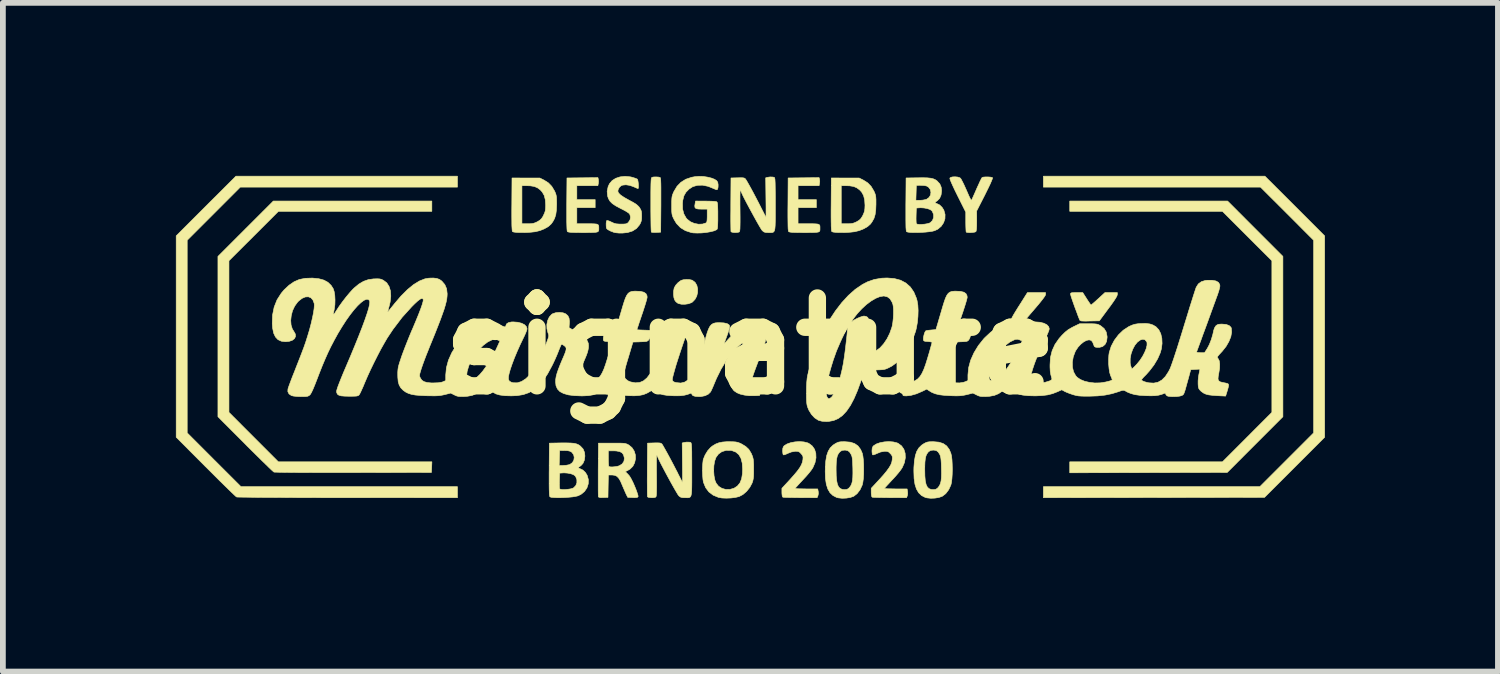
<source format=kicad_pcb>
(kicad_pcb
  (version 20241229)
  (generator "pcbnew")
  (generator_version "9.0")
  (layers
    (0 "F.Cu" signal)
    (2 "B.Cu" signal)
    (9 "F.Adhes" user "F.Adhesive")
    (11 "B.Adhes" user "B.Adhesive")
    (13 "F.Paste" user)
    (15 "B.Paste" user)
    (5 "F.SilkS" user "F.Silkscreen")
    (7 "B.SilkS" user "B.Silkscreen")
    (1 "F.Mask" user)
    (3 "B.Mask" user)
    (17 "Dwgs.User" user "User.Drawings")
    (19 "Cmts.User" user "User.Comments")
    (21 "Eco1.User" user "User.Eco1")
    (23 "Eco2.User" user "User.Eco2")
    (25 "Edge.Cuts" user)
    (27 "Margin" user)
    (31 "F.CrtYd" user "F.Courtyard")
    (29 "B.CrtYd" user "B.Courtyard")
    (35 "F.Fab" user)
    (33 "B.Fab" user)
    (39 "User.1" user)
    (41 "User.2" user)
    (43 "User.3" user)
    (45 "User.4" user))
  (footprint "signature"
    (layer "F.Cu")
    (at 9.962 2.951)
    (property "Reference" "signature" (at 0 0 0) (layer "F.SilkS") (effects (font (size 1.524 1.524) (thickness 0.3))))
    (attr through_hole)
    (fp_poly (pts (xy 9.439 -2.429) (xy 9.957 -1.911) (xy 9.957 1.581) (xy 8.915 2.623) (xy 6.998 2.626) (xy 5.08 2.629) (xy 5.08 2.438) (xy 8.833 2.438) (xy 9.766 1.505) (xy 9.766 -1.835) (xy 9.306 -2.296) (xy 8.845 -2.756) (xy 5.08 -2.756) (xy 5.08 -2.946) (xy 8.921 -2.946) (xy 9.439 -2.429)) (stroke (width 0.01) (type solid)) (fill yes) (layer "F.SilkS"))
    (fp_poly (pts (xy 9.233 -1.555) (xy 9.233 1.225) (xy 8.268 2.191) (xy 6.903 2.194) (xy 5.537 2.197) (xy 5.537 2.007) (xy 8.185 2.007) (xy 8.614 1.578) (xy 9.042 1.149) (xy 9.042 -1.48) (xy 8.184 -2.337) (xy 6.861 -2.337) (xy 5.537 -2.337) (xy 5.537 -2.515) (xy 6.905 -2.515) (xy 8.274 -2.515) (xy 9.233 -1.555)) (stroke (width 0.01) (type solid)) (fill yes) (layer "F.SilkS"))
    (fp_poly (pts (xy 5.118 -0.896) (xy 5.111 -0.876) (xy 5.088 -0.841) (xy 5.05 -0.791) (xy 4.996 -0.724) (xy 4.932 -0.649) (xy 4.746 -0.432) (xy 4.642 -0.432) (xy 4.593 -0.433) (xy 4.554 -0.435) (xy 4.532 -0.439) (xy 4.53 -0.44) (xy 4.524 -0.449) (xy 4.524 -0.461) (xy 4.53 -0.481) (xy 4.544 -0.509) (xy 4.567 -0.55) (xy 4.601 -0.606) (xy 4.647 -0.68) (xy 4.662 -0.703) (xy 4.803 -0.927) (xy 5.118 -0.927) (xy 5.118 -0.896)) (stroke (width 0.01) (type solid)) (fill yes) (layer "F.SilkS"))
    (fp_poly (pts (xy -1.057 -1.153) (xy -1.012 -1.143) (xy -1.004 -1.139) (xy -0.959 -1.104) (xy -0.929 -1.053) (xy -0.915 -0.993) (xy -0.916 -0.929) (xy -0.931 -0.866) (xy -0.961 -0.81) (xy -1.005 -0.764) (xy -1.023 -0.753) (xy -1.074 -0.734) (xy -1.136 -0.725) (xy -1.198 -0.726) (xy -1.25 -0.739) (xy -1.26 -0.744) (xy -1.292 -0.769) (xy -1.314 -0.8) (xy -1.327 -0.841) (xy -1.333 -0.895) (xy -1.332 -0.953) (xy -1.323 -1.002) (xy -1.32 -1.012) (xy -1.293 -1.058) (xy -1.252 -1.103) (xy -1.206 -1.136) (xy -1.204 -1.138) (xy -1.164 -1.15) (xy -1.111 -1.155) (xy -1.057 -1.153)) (stroke (width 0.01) (type solid)) (fill yes) (layer "F.SilkS"))
    (fp_poly (pts (xy -5.524 -2.515) (xy -5.524 -2.337) (xy -8.184 -2.337) (xy -8.613 -1.908) (xy -9.042 -1.48) (xy -9.042 1.149) (xy -8.185 2.007) (xy -5.523 2.007) (xy -5.531 2.191) (xy -6.883 2.193) (xy -7.067 2.193) (xy -7.244 2.193) (xy -7.412 2.193) (xy -7.57 2.193) (xy -7.716 2.192) (xy -7.848 2.192) (xy -7.965 2.191) (xy -8.065 2.19) (xy -8.147 2.189) (xy -8.208 2.187) (xy -8.246 2.186) (xy -8.261 2.185) (xy -8.275 2.174) (xy -8.305 2.147) (xy -8.349 2.105) (xy -8.405 2.05) (xy -8.473 1.984) (xy -8.549 1.909) (xy -8.633 1.826) (xy -8.723 1.737) (xy -8.76 1.699) (xy -9.233 1.225) (xy -9.233 -1.555) (xy -8.753 -2.035) (xy -8.273 -2.515) (xy -6.899 -2.515) (xy -5.524 -2.515)) (stroke (width 0.01) (type solid)) (fill yes) (layer "F.SilkS"))
    (fp_poly (pts (xy -1.597 -2.931) (xy -1.569 -2.925) (xy -1.565 -2.923) (xy -1.561 -2.915) (xy -1.557 -2.896) (xy -1.555 -2.863) (xy -1.553 -2.815) (xy -1.552 -2.749) (xy -1.552 -2.663) (xy -1.552 -2.556) (xy -1.552 -2.444) (xy -1.556 -1.975) (xy -1.632 -1.971) (xy -1.675 -1.971) (xy -1.706 -1.973) (xy -1.718 -1.976) (xy -1.72 -1.991) (xy -1.722 -2.028) (xy -1.724 -2.084) (xy -1.725 -2.157) (xy -1.726 -2.245) (xy -1.727 -2.343) (xy -1.727 -2.449) (xy -1.727 -2.452) (xy -1.727 -2.574) (xy -1.727 -2.673) (xy -1.726 -2.752) (xy -1.725 -2.812) (xy -1.723 -2.857) (xy -1.721 -2.888) (xy -1.717 -2.909) (xy -1.713 -2.92) (xy -1.708 -2.925) (xy -1.707 -2.926) (xy -1.678 -2.932) (xy -1.637 -2.933) (xy -1.597 -2.931)) (stroke (width 0.01) (type solid)) (fill yes) (layer "F.SilkS"))
    (fp_poly (pts (xy 5.831 -0.82) (xy 5.86 -0.775) (xy 5.885 -0.739) (xy 5.901 -0.717) (xy 5.906 -0.712) (xy 5.917 -0.72) (xy 5.943 -0.742) (xy 5.98 -0.774) (xy 6.024 -0.814) (xy 6.03 -0.819) (xy 6.147 -0.927) (xy 6.363 -0.927) (xy 6.362 -0.892) (xy 6.355 -0.869) (xy 6.334 -0.831) (xy 6.298 -0.776) (xy 6.247 -0.704) (xy 6.205 -0.648) (xy 6.05 -0.438) (xy 5.884 -0.435) (xy 5.816 -0.433) (xy 5.769 -0.434) (xy 5.738 -0.436) (xy 5.721 -0.441) (xy 5.712 -0.448) (xy 5.709 -0.454) (xy 5.682 -0.522) (xy 5.655 -0.596) (xy 5.627 -0.67) (xy 5.602 -0.74) (xy 5.58 -0.803) (xy 5.563 -0.854) (xy 5.553 -0.889) (xy 5.55 -0.902) (xy 5.552 -0.914) (xy 5.562 -0.922) (xy 5.584 -0.926) (xy 5.624 -0.927) (xy 5.657 -0.927) (xy 5.763 -0.927) (xy 5.831 -0.82)) (stroke (width 0.01) (type solid)) (fill yes) (layer "F.SilkS"))
    (fp_poly (pts (xy -5.08 -2.946) (xy -5.08 -2.756) (xy -6.963 -2.756) (xy -8.846 -2.756) (xy -9.306 -2.295) (xy -9.766 -1.835) (xy -9.766 -0.165) (xy -9.766 1.505) (xy -9.3 1.972) (xy -8.833 2.438) (xy -5.08 2.438) (xy -5.08 2.629) (xy -6.982 2.628) (xy -7.2 2.628) (xy -7.411 2.628) (xy -7.615 2.627) (xy -7.808 2.627) (xy -7.991 2.626) (xy -8.161 2.625) (xy -8.318 2.624) (xy -8.459 2.624) (xy -8.584 2.623) (xy -8.69 2.621) (xy -8.777 2.62) (xy -8.844 2.619) (xy -8.888 2.618) (xy -8.908 2.617) (xy -8.909 2.616) (xy -8.923 2.606) (xy -8.952 2.579) (xy -8.996 2.537) (xy -9.053 2.482) (xy -9.121 2.415) (xy -9.199 2.339) (xy -9.284 2.254) (xy -9.375 2.163) (xy -9.446 2.093) (xy -9.957 1.58) (xy -9.957 -1.911) (xy -9.439 -2.429) (xy -8.921 -2.946) (xy -7.001 -2.946) (xy -5.08 -2.946)) (stroke (width 0.01) (type solid)) (fill yes) (layer "F.SilkS"))
    (fp_poly (pts (xy -2.637 -2.891) (xy -2.634 -2.855) (xy -2.637 -2.821) (xy -2.645 -2.781) (xy -3.01 -2.781) (xy -3.01 -2.54) (xy -2.692 -2.54) (xy -2.692 -2.4) (xy -3.01 -2.4) (xy -3.01 -2.121) (xy -2.827 -2.121) (xy -2.752 -2.121) (xy -2.699 -2.119) (xy -2.664 -2.115) (xy -2.643 -2.106) (xy -2.633 -2.092) (xy -2.629 -2.07) (xy -2.629 -2.045) (xy -2.629 -2.02) (xy -2.632 -2.001) (xy -2.64 -1.987) (xy -2.657 -1.978) (xy -2.685 -1.973) (xy -2.729 -1.97) (xy -2.791 -1.969) (xy -2.875 -1.968) (xy -2.902 -1.968) (xy -2.994 -1.969) (xy -3.063 -1.97) (xy -3.113 -1.972) (xy -3.146 -1.976) (xy -3.166 -1.981) (xy -3.174 -1.986) (xy -3.178 -2) (xy -3.181 -2.031) (xy -3.183 -2.082) (xy -3.185 -2.153) (xy -3.185 -2.245) (xy -3.185 -2.361) (xy -3.185 -2.459) (xy -3.181 -2.915) (xy -2.913 -2.918) (xy -2.644 -2.921) (xy -2.637 -2.891)) (stroke (width 0.01) (type solid)) (fill yes) (layer "F.SilkS"))
    (fp_poly (pts (xy 1.199 -2.891) (xy 1.202 -2.855) (xy 1.198 -2.821) (xy 1.191 -2.781) (xy 0.826 -2.781) (xy 0.826 -2.54) (xy 1.143 -2.54) (xy 1.143 -2.4) (xy 0.826 -2.4) (xy 0.826 -2.121) (xy 1.008 -2.121) (xy 1.083 -2.121) (xy 1.136 -2.119) (xy 1.171 -2.115) (xy 1.192 -2.106) (xy 1.203 -2.092) (xy 1.206 -2.07) (xy 1.206 -2.045) (xy 1.206 -2.02) (xy 1.204 -2.001) (xy 1.196 -1.987) (xy 1.179 -1.978) (xy 1.15 -1.973) (xy 1.106 -1.97) (xy 1.044 -1.969) (xy 0.961 -1.968) (xy 0.934 -1.968) (xy 0.842 -1.969) (xy 0.772 -1.97) (xy 0.723 -1.972) (xy 0.689 -1.976) (xy 0.67 -1.981) (xy 0.662 -1.986) (xy 0.658 -2) (xy 0.654 -2.031) (xy 0.652 -2.082) (xy 0.651 -2.153) (xy 0.65 -2.245) (xy 0.65 -2.361) (xy 0.651 -2.459) (xy 0.654 -2.915) (xy 0.922 -2.918) (xy 1.191 -2.921) (xy 1.199 -2.891)) (stroke (width 0.01) (type solid)) (fill yes) (layer "F.SilkS"))
    (fp_poly (pts (xy 3.594 -2.931) (xy 3.629 -2.92) (xy 3.642 -2.911) (xy 3.655 -2.892) (xy 3.675 -2.854) (xy 3.701 -2.802) (xy 3.729 -2.74) (xy 3.747 -2.7) (xy 3.777 -2.631) (xy 3.799 -2.582) (xy 3.815 -2.551) (xy 3.825 -2.535) (xy 3.833 -2.531) (xy 3.839 -2.538) (xy 3.844 -2.549) (xy 3.891 -2.654) (xy 3.928 -2.739) (xy 3.958 -2.804) (xy 3.98 -2.853) (xy 3.997 -2.887) (xy 4.008 -2.909) (xy 4.016 -2.921) (xy 4.019 -2.924) (xy 4.041 -2.93) (xy 4.077 -2.933) (xy 4.12 -2.933) (xy 4.16 -2.93) (xy 4.189 -2.924) (xy 4.199 -2.919) (xy 4.196 -2.903) (xy 4.182 -2.868) (xy 4.16 -2.816) (xy 4.129 -2.751) (xy 4.091 -2.674) (xy 4.066 -2.623) (xy 3.923 -2.343) (xy 3.924 -2.171) (xy 3.923 -2.089) (xy 3.92 -2.03) (xy 3.914 -1.995) (xy 3.909 -1.984) (xy 3.889 -1.976) (xy 3.854 -1.971) (xy 3.812 -1.968) (xy 3.774 -1.969) (xy 3.747 -1.974) (xy 3.742 -1.977) (xy 3.739 -1.992) (xy 3.737 -2.028) (xy 3.735 -2.079) (xy 3.734 -2.14) (xy 3.734 -2.155) (xy 3.734 -2.324) (xy 3.592 -2.608) (xy 3.545 -2.703) (xy 3.508 -2.782) (xy 3.48 -2.845) (xy 3.463 -2.888) (xy 3.458 -2.911) (xy 3.458 -2.913) (xy 3.476 -2.926) (xy 3.509 -2.934) (xy 3.552 -2.935) (xy 3.594 -2.931)) (stroke (width 0.01) (type solid)) (fill yes) (layer "F.SilkS"))
    (fp_poly (pts (xy -3.651 -2.914) (xy -3.577 -2.877) (xy -3.503 -2.83) (xy -3.445 -2.77) (xy -3.398 -2.692) (xy -3.392 -2.68) (xy -3.378 -2.647) (xy -3.369 -2.617) (xy -3.363 -2.583) (xy -3.361 -2.539) (xy -3.36 -2.478) (xy -3.36 -2.457) (xy -3.364 -2.359) (xy -3.375 -2.279) (xy -3.396 -2.213) (xy -3.427 -2.156) (xy -3.455 -2.118) (xy -3.503 -2.074) (xy -3.571 -2.035) (xy -3.649 -2.003) (xy -3.731 -1.983) (xy -3.74 -1.982) (xy -3.803 -1.975) (xy -3.871 -1.97) (xy -3.94 -1.969) (xy -4.006 -1.969) (xy -4.062 -1.972) (xy -4.103 -1.977) (xy -4.125 -1.985) (xy -4.126 -1.986) (xy -4.13 -2) (xy -4.133 -2.031) (xy -4.136 -2.082) (xy -4.137 -2.121) (xy -3.962 -2.121) (xy -3.862 -2.121) (xy -3.805 -2.122) (xy -3.763 -2.128) (xy -3.726 -2.141) (xy -3.694 -2.156) (xy -3.652 -2.182) (xy -3.622 -2.21) (xy -3.596 -2.25) (xy -3.589 -2.265) (xy -3.569 -2.308) (xy -3.557 -2.346) (xy -3.552 -2.389) (xy -3.55 -2.442) (xy -3.556 -2.536) (xy -3.575 -2.611) (xy -3.61 -2.672) (xy -3.645 -2.71) (xy -3.693 -2.745) (xy -3.748 -2.768) (xy -3.816 -2.779) (xy -3.877 -2.781) (xy -3.962 -2.781) (xy -3.962 -2.121) (xy -4.137 -2.121) (xy -4.137 -2.153) (xy -4.138 -2.245) (xy -4.138 -2.361) (xy -4.137 -2.459) (xy -4.134 -2.915) (xy -3.651 -2.914)) (stroke (width 0.01) (type solid)) (fill yes) (layer "F.SilkS"))
    (fp_poly (pts (xy 1.886 -2.914) (xy 1.96 -2.877) (xy 2.034 -2.83) (xy 2.092 -2.77) (xy 2.139 -2.692) (xy 2.145 -2.68) (xy 2.159 -2.647) (xy 2.169 -2.617) (xy 2.174 -2.583) (xy 2.177 -2.539) (xy 2.177 -2.478) (xy 2.177 -2.457) (xy 2.173 -2.359) (xy 2.162 -2.279) (xy 2.142 -2.213) (xy 2.11 -2.156) (xy 2.083 -2.118) (xy 2.034 -2.074) (xy 1.967 -2.035) (xy 1.888 -2.003) (xy 1.806 -1.983) (xy 1.797 -1.982) (xy 1.735 -1.975) (xy 1.666 -1.97) (xy 1.597 -1.969) (xy 1.531 -1.969) (xy 1.476 -1.972) (xy 1.434 -1.977) (xy 1.412 -1.985) (xy 1.411 -1.986) (xy 1.407 -2) (xy 1.404 -2.031) (xy 1.401 -2.082) (xy 1.401 -2.121) (xy 1.575 -2.121) (xy 1.675 -2.121) (xy 1.732 -2.122) (xy 1.774 -2.128) (xy 1.811 -2.141) (xy 1.843 -2.156) (xy 1.886 -2.182) (xy 1.915 -2.21) (xy 1.941 -2.25) (xy 1.949 -2.265) (xy 1.968 -2.308) (xy 1.98 -2.346) (xy 1.985 -2.389) (xy 1.987 -2.442) (xy 1.981 -2.536) (xy 1.962 -2.611) (xy 1.928 -2.672) (xy 1.892 -2.71) (xy 1.844 -2.745) (xy 1.789 -2.768) (xy 1.721 -2.779) (xy 1.661 -2.781) (xy 1.575 -2.781) (xy 1.575 -2.121) (xy 1.401 -2.121) (xy 1.4 -2.153) (xy 1.399 -2.245) (xy 1.399 -2.361) (xy 1.4 -2.459) (xy 1.403 -2.915) (xy 1.886 -2.914)) (stroke (width 0.01) (type solid)) (fill yes) (layer "F.SilkS"))
    (fp_poly (pts (xy 0.928 1.662) (xy 0.992 1.678) (xy 1.013 1.687) (xy 1.071 1.731) (xy 1.112 1.789) (xy 1.134 1.86) (xy 1.137 1.938) (xy 1.12 2.022) (xy 1.084 2.106) (xy 1.076 2.119) (xy 1.052 2.154) (xy 1.015 2.201) (xy 0.969 2.255) (xy 0.918 2.31) (xy 0.905 2.324) (xy 0.859 2.373) (xy 0.821 2.415) (xy 0.792 2.447) (xy 0.777 2.465) (xy 0.775 2.469) (xy 0.787 2.471) (xy 0.82 2.474) (xy 0.87 2.475) (xy 0.932 2.476) (xy 0.971 2.477) (xy 1.167 2.477) (xy 1.176 2.522) (xy 1.178 2.563) (xy 1.17 2.598) (xy 1.156 2.629) (xy 0.867 2.628) (xy 0.783 2.627) (xy 0.708 2.626) (xy 0.644 2.625) (xy 0.596 2.623) (xy 0.568 2.621) (xy 0.562 2.62) (xy 0.552 2.603) (xy 0.547 2.564) (xy 0.546 2.54) (xy 0.546 2.466) (xy 0.683 2.318) (xy 0.756 2.236) (xy 0.813 2.168) (xy 0.855 2.11) (xy 0.883 2.061) (xy 0.901 2.016) (xy 0.91 1.973) (xy 0.913 1.933) (xy 0.908 1.905) (xy 0.891 1.88) (xy 0.879 1.866) (xy 0.852 1.839) (xy 0.827 1.827) (xy 0.792 1.824) (xy 0.778 1.824) (xy 0.71 1.836) (xy 0.649 1.86) (xy 0.612 1.877) (xy 0.583 1.886) (xy 0.571 1.886) (xy 0.564 1.87) (xy 0.56 1.837) (xy 0.559 1.816) (xy 0.562 1.771) (xy 0.575 1.741) (xy 0.586 1.728) (xy 0.634 1.698) (xy 0.699 1.675) (xy 0.774 1.661) (xy 0.853 1.656) (xy 0.928 1.662)) (stroke (width 0.01) (type solid)) (fill yes) (layer "F.SilkS"))
    (fp_poly (pts (xy 2.477 1.662) (xy 2.542 1.678) (xy 2.562 1.687) (xy 2.621 1.731) (xy 2.661 1.789) (xy 2.683 1.86) (xy 2.686 1.938) (xy 2.67 2.022) (xy 2.633 2.106) (xy 2.625 2.119) (xy 2.601 2.154) (xy 2.564 2.201) (xy 2.518 2.255) (xy 2.468 2.31) (xy 2.454 2.324) (xy 2.409 2.373) (xy 2.37 2.415) (xy 2.341 2.447) (xy 2.326 2.465) (xy 2.324 2.469) (xy 2.336 2.471) (xy 2.369 2.474) (xy 2.419 2.475) (xy 2.481 2.476) (xy 2.52 2.477) (xy 2.717 2.477) (xy 2.725 2.522) (xy 2.727 2.563) (xy 2.72 2.598) (xy 2.706 2.629) (xy 2.416 2.628) (xy 2.333 2.627) (xy 2.257 2.626) (xy 2.193 2.625) (xy 2.145 2.623) (xy 2.117 2.621) (xy 2.111 2.62) (xy 2.101 2.603) (xy 2.096 2.564) (xy 2.095 2.54) (xy 2.095 2.466) (xy 2.232 2.318) (xy 2.306 2.236) (xy 2.362 2.168) (xy 2.404 2.11) (xy 2.433 2.061) (xy 2.451 2.016) (xy 2.459 1.973) (xy 2.462 1.933) (xy 2.457 1.905) (xy 2.441 1.88) (xy 2.428 1.866) (xy 2.401 1.839) (xy 2.376 1.827) (xy 2.341 1.824) (xy 2.327 1.824) (xy 2.259 1.836) (xy 2.199 1.86) (xy 2.161 1.877) (xy 2.132 1.886) (xy 2.12 1.886) (xy 2.113 1.87) (xy 2.109 1.837) (xy 2.108 1.816) (xy 2.112 1.771) (xy 2.124 1.741) (xy 2.136 1.728) (xy 2.183 1.698) (xy 2.248 1.675) (xy 2.324 1.661) (xy 2.402 1.656) (xy 2.477 1.662)) (stroke (width 0.01) (type solid)) (fill yes) (layer "F.SilkS"))
    (fp_poly (pts (xy 1.638 1.658) (xy 1.732 1.666) (xy 1.806 1.69) (xy 1.865 1.731) (xy 1.91 1.791) (xy 1.939 1.857) (xy 1.95 1.905) (xy 1.958 1.972) (xy 1.963 2.051) (xy 1.964 2.137) (xy 1.963 2.222) (xy 1.958 2.3) (xy 1.949 2.366) (xy 1.939 2.409) (xy 1.901 2.491) (xy 1.851 2.557) (xy 1.793 2.603) (xy 1.788 2.605) (xy 1.732 2.625) (xy 1.663 2.636) (xy 1.591 2.639) (xy 1.525 2.632) (xy 1.494 2.624) (xy 1.431 2.591) (xy 1.38 2.543) (xy 1.342 2.478) (xy 1.316 2.396) (xy 1.301 2.294) (xy 1.297 2.17) (xy 1.298 2.147) (xy 1.486 2.147) (xy 1.488 2.253) (xy 1.496 2.336) (xy 1.509 2.399) (xy 1.53 2.443) (xy 1.559 2.471) (xy 1.597 2.486) (xy 1.634 2.489) (xy 1.673 2.485) (xy 1.702 2.469) (xy 1.719 2.451) (xy 1.742 2.419) (xy 1.758 2.382) (xy 1.769 2.337) (xy 1.775 2.278) (xy 1.777 2.202) (xy 1.776 2.115) (xy 1.773 2.036) (xy 1.77 1.978) (xy 1.765 1.936) (xy 1.758 1.906) (xy 1.748 1.882) (xy 1.747 1.88) (xy 1.719 1.836) (xy 1.688 1.813) (xy 1.647 1.804) (xy 1.631 1.804) (xy 1.589 1.809) (xy 1.557 1.828) (xy 1.547 1.838) (xy 1.524 1.868) (xy 1.507 1.904) (xy 1.496 1.951) (xy 1.489 2.014) (xy 1.486 2.095) (xy 1.486 2.147) (xy 1.298 2.147) (xy 1.299 2.103) (xy 1.307 1.99) (xy 1.323 1.898) (xy 1.349 1.824) (xy 1.384 1.765) (xy 1.432 1.718) (xy 1.47 1.693) (xy 1.503 1.675) (xy 1.534 1.664) (xy 1.57 1.659) (xy 1.621 1.658) (xy 1.638 1.658)) (stroke (width 0.01) (type solid)) (fill yes) (layer "F.SilkS"))
    (fp_poly (pts (xy 3.175 1.658) (xy 3.268 1.666) (xy 3.343 1.69) (xy 3.402 1.731) (xy 3.447 1.791) (xy 3.475 1.857) (xy 3.487 1.905) (xy 3.495 1.972) (xy 3.499 2.051) (xy 3.501 2.137) (xy 3.499 2.222) (xy 3.494 2.3) (xy 3.486 2.366) (xy 3.476 2.409) (xy 3.438 2.491) (xy 3.388 2.557) (xy 3.329 2.603) (xy 3.324 2.605) (xy 3.269 2.625) (xy 3.2 2.636) (xy 3.128 2.639) (xy 3.062 2.632) (xy 3.031 2.624) (xy 2.967 2.591) (xy 2.917 2.543) (xy 2.879 2.478) (xy 2.853 2.396) (xy 2.838 2.294) (xy 2.834 2.17) (xy 2.834 2.147) (xy 3.023 2.147) (xy 3.025 2.253) (xy 3.032 2.336) (xy 3.046 2.399) (xy 3.067 2.443) (xy 3.095 2.471) (xy 3.133 2.486) (xy 3.17 2.489) (xy 3.21 2.485) (xy 3.238 2.469) (xy 3.256 2.451) (xy 3.279 2.419) (xy 3.295 2.382) (xy 3.306 2.337) (xy 3.312 2.278) (xy 3.314 2.202) (xy 3.312 2.115) (xy 3.31 2.036) (xy 3.306 1.978) (xy 3.301 1.936) (xy 3.294 1.906) (xy 3.285 1.882) (xy 3.284 1.88) (xy 3.256 1.836) (xy 3.225 1.813) (xy 3.184 1.804) (xy 3.168 1.804) (xy 3.126 1.809) (xy 3.094 1.828) (xy 3.083 1.838) (xy 3.061 1.868) (xy 3.044 1.904) (xy 3.033 1.951) (xy 3.026 2.014) (xy 3.023 2.095) (xy 3.023 2.147) (xy 2.834 2.147) (xy 2.835 2.103) (xy 2.844 1.99) (xy 2.86 1.898) (xy 2.885 1.824) (xy 2.921 1.765) (xy 2.969 1.718) (xy 3.006 1.693) (xy 3.04 1.675) (xy 3.071 1.664) (xy 3.107 1.659) (xy 3.158 1.658) (xy 3.175 1.658)) (stroke (width 0.01) (type solid)) (fill yes) (layer "F.SilkS"))
    (fp_poly (pts (xy -2.318 1.683) (xy -2.256 1.683) (xy -2.211 1.685) (xy -2.179 1.688) (xy -2.155 1.694) (xy -2.135 1.701) (xy -2.115 1.712) (xy -2.106 1.717) (xy -2.052 1.763) (xy -2.015 1.821) (xy -1.995 1.887) (xy -1.993 1.957) (xy -2.008 2.024) (xy -2.039 2.085) (xy -2.088 2.133) (xy -2.11 2.146) (xy -2.169 2.178) (xy -2.123 2.223) (xy -2.096 2.254) (xy -2.069 2.299) (xy -2.037 2.362) (xy -2.008 2.428) (xy -1.983 2.49) (xy -1.964 2.543) (xy -1.951 2.584) (xy -1.947 2.607) (xy -1.948 2.61) (xy -1.957 2.621) (xy -1.978 2.626) (xy -2.015 2.627) (xy -2.041 2.626) (xy -2.127 2.623) (xy -2.153 2.571) (xy -2.169 2.536) (xy -2.191 2.485) (xy -2.215 2.43) (xy -2.222 2.413) (xy -2.253 2.341) (xy -2.284 2.29) (xy -2.315 2.258) (xy -2.351 2.241) (xy -2.395 2.235) (xy -2.399 2.235) (xy -2.463 2.235) (xy -2.467 2.429) (xy -2.47 2.623) (xy -2.55 2.626) (xy -2.599 2.627) (xy -2.627 2.621) (xy -2.636 2.614) (xy -2.637 2.597) (xy -2.638 2.559) (xy -2.639 2.501) (xy -2.639 2.426) (xy -2.639 2.338) (xy -2.639 2.24) (xy -2.639 2.14) (xy -2.636 1.816) (xy -2.464 1.816) (xy -2.464 1.947) (xy -2.463 2.003) (xy -2.461 2.048) (xy -2.458 2.078) (xy -2.455 2.087) (xy -2.435 2.094) (xy -2.397 2.096) (xy -2.352 2.092) (xy -2.307 2.085) (xy -2.273 2.075) (xy -2.223 2.043) (xy -2.193 1.998) (xy -2.185 1.944) (xy -2.2 1.886) (xy -2.225 1.851) (xy -2.267 1.829) (xy -2.327 1.818) (xy -2.374 1.816) (xy -2.464 1.816) (xy -2.636 1.816) (xy -2.635 1.683) (xy -2.4 1.683) (xy -2.318 1.683)) (stroke (width 0.01) (type solid)) (fill yes) (layer "F.SilkS"))
    (fp_poly (pts (xy -0.3 1.659) (xy -0.257 1.662) (xy -0.222 1.669) (xy -0.188 1.681) (xy -0.15 1.699) (xy -0.081 1.741) (xy -0.028 1.791) (xy 0.013 1.858) (xy 0.03 1.897) (xy 0.041 1.929) (xy 0.049 1.962) (xy 0.053 2.003) (xy 0.056 2.057) (xy 0.056 2.131) (xy 0.056 2.134) (xy 0.056 2.207) (xy 0.054 2.26) (xy 0.049 2.301) (xy 0.042 2.335) (xy 0.031 2.369) (xy 0.026 2.381) (xy -0.013 2.453) (xy -0.067 2.52) (xy -0.13 2.574) (xy -0.196 2.609) (xy -0.197 2.609) (xy -0.259 2.624) (xy -0.336 2.634) (xy -0.417 2.637) (xy -0.494 2.634) (xy -0.555 2.623) (xy -0.555 2.623) (xy -0.646 2.585) (xy -0.72 2.529) (xy -0.776 2.455) (xy -0.813 2.365) (xy -0.815 2.359) (xy -0.823 2.311) (xy -0.828 2.246) (xy -0.831 2.174) (xy -0.831 2.163) (xy -0.637 2.163) (xy -0.631 2.248) (xy -0.616 2.325) (xy -0.594 2.378) (xy -0.552 2.431) (xy -0.494 2.467) (xy -0.427 2.486) (xy -0.354 2.485) (xy -0.284 2.465) (xy -0.226 2.427) (xy -0.182 2.374) (xy -0.153 2.303) (xy -0.138 2.212) (xy -0.135 2.134) (xy -0.142 2.03) (xy -0.164 1.946) (xy -0.201 1.882) (xy -0.253 1.838) (xy -0.322 1.812) (xy -0.345 1.808) (xy -0.425 1.809) (xy -0.496 1.831) (xy -0.555 1.873) (xy -0.598 1.932) (xy -0.621 1.997) (xy -0.634 2.076) (xy -0.637 2.163) (xy -0.831 2.163) (xy -0.83 2.1) (xy -0.826 2.033) (xy -0.82 1.98) (xy -0.816 1.962) (xy -0.785 1.887) (xy -0.741 1.815) (xy -0.688 1.756) (xy -0.656 1.731) (xy -0.601 1.698) (xy -0.547 1.677) (xy -0.485 1.664) (xy -0.409 1.658) (xy -0.361 1.658) (xy -0.3 1.659)) (stroke (width 0.01) (type solid)) (fill yes) (layer "F.SilkS"))
    (fp_poly (pts (xy -2.085 -2.935) (xy -2.058 -2.929) (xy -2.014 -2.916) (xy -1.978 -2.903) (xy -1.96 -2.894) (xy -1.953 -2.877) (xy -1.947 -2.846) (xy -1.943 -2.808) (xy -1.942 -2.77) (xy -1.943 -2.742) (xy -1.948 -2.731) (xy -1.948 -2.731) (xy -1.961 -2.735) (xy -1.991 -2.748) (xy -2.025 -2.763) (xy -2.093 -2.787) (xy -2.159 -2.797) (xy -2.216 -2.791) (xy -2.24 -2.782) (xy -2.272 -2.754) (xy -2.293 -2.714) (xy -2.299 -2.686) (xy -2.287 -2.655) (xy -2.251 -2.619) (xy -2.19 -2.578) (xy -2.105 -2.53) (xy -2.101 -2.528) (xy -2.037 -2.494) (xy -1.991 -2.466) (xy -1.959 -2.441) (xy -1.934 -2.416) (xy -1.924 -2.402) (xy -1.904 -2.37) (xy -1.892 -2.34) (xy -1.887 -2.304) (xy -1.886 -2.255) (xy -1.887 -2.203) (xy -1.894 -2.165) (xy -1.907 -2.131) (xy -1.924 -2.101) (xy -1.976 -2.039) (xy -2.044 -1.996) (xy -2.129 -1.969) (xy -2.214 -1.96) (xy -2.281 -1.96) (xy -2.338 -1.966) (xy -2.369 -1.973) (xy -2.427 -1.995) (xy -2.47 -2.018) (xy -2.492 -2.037) (xy -2.499 -2.059) (xy -2.501 -2.094) (xy -2.501 -2.132) (xy -2.496 -2.163) (xy -2.49 -2.178) (xy -2.473 -2.176) (xy -2.441 -2.165) (xy -2.41 -2.15) (xy -2.368 -2.131) (xy -2.329 -2.12) (xy -2.281 -2.116) (xy -2.245 -2.115) (xy -2.194 -2.116) (xy -2.161 -2.119) (xy -2.138 -2.127) (xy -2.119 -2.142) (xy -2.114 -2.148) (xy -2.087 -2.19) (xy -2.079 -2.237) (xy -2.09 -2.282) (xy -2.103 -2.3) (xy -2.124 -2.316) (xy -2.162 -2.34) (xy -2.212 -2.367) (xy -2.258 -2.39) (xy -2.336 -2.432) (xy -2.394 -2.471) (xy -2.434 -2.511) (xy -2.461 -2.556) (xy -2.476 -2.601) (xy -2.484 -2.683) (xy -2.467 -2.765) (xy -2.443 -2.816) (xy -2.398 -2.869) (xy -2.336 -2.909) (xy -2.26 -2.934) (xy -2.175 -2.943) (xy -2.085 -2.935)) (stroke (width 0.01) (type solid)) (fill yes) (layer "F.SilkS"))
    (fp_poly (pts (xy -0.818 -2.941) (xy -0.745 -2.93) (xy -0.679 -2.914) (xy -0.624 -2.893) (xy -0.585 -2.868) (xy -0.567 -2.841) (xy -0.56 -2.799) (xy -0.561 -2.756) (xy -0.568 -2.723) (xy -0.57 -2.72) (xy -0.581 -2.711) (xy -0.601 -2.715) (xy -0.63 -2.728) (xy -0.732 -2.77) (xy -0.829 -2.79) (xy -0.92 -2.788) (xy -1.001 -2.764) (xy -1.066 -2.721) (xy -1.119 -2.666) (xy -1.154 -2.604) (xy -1.173 -2.527) (xy -1.178 -2.475) (xy -1.176 -2.375) (xy -1.154 -2.291) (xy -1.114 -2.22) (xy -1.094 -2.198) (xy -1.039 -2.155) (xy -0.972 -2.127) (xy -0.9 -2.113) (xy -0.83 -2.116) (xy -0.773 -2.134) (xy -0.762 -2.144) (xy -0.754 -2.161) (xy -0.751 -2.19) (xy -0.749 -2.237) (xy -0.749 -2.261) (xy -0.749 -2.375) (xy -0.85 -2.375) (xy -0.907 -2.377) (xy -0.943 -2.385) (xy -0.961 -2.402) (xy -0.965 -2.431) (xy -0.959 -2.471) (xy -0.951 -2.515) (xy -0.777 -2.514) (xy -0.712 -2.513) (xy -0.655 -2.511) (xy -0.612 -2.508) (xy -0.587 -2.503) (xy -0.584 -2.502) (xy -0.577 -2.494) (xy -0.572 -2.477) (xy -0.569 -2.448) (xy -0.567 -2.403) (xy -0.565 -2.34) (xy -0.565 -2.261) (xy -0.565 -2.176) (xy -0.567 -2.114) (xy -0.569 -2.071) (xy -0.572 -2.043) (xy -0.578 -2.026) (xy -0.584 -2.019) (xy -0.628 -1.999) (xy -0.691 -1.983) (xy -0.766 -1.97) (xy -0.845 -1.962) (xy -0.923 -1.96) (xy -0.993 -1.963) (xy -1.027 -1.969) (xy -1.128 -2.002) (xy -1.213 -2.054) (xy -1.282 -2.126) (xy -1.323 -2.194) (xy -1.341 -2.231) (xy -1.353 -2.261) (xy -1.36 -2.291) (xy -1.364 -2.328) (xy -1.365 -2.378) (xy -1.365 -2.438) (xy -1.365 -2.506) (xy -1.363 -2.554) (xy -1.359 -2.59) (xy -1.351 -2.621) (xy -1.339 -2.652) (xy -1.326 -2.681) (xy -1.272 -2.771) (xy -1.204 -2.841) (xy -1.12 -2.893) (xy -1.019 -2.927) (xy -0.964 -2.937) (xy -0.893 -2.943) (xy -0.818 -2.941)) (stroke (width 0.01) (type solid)) (fill yes) (layer "F.SilkS"))
    (fp_poly (pts (xy -3.117 1.681) (xy -3.06 1.686) (xy -3.016 1.696) (xy -2.981 1.711) (xy -2.951 1.732) (xy -2.947 1.735) (xy -2.901 1.785) (xy -2.877 1.843) (xy -2.87 1.906) (xy -2.879 1.977) (xy -2.904 2.035) (xy -2.942 2.076) (xy -2.948 2.079) (xy -2.977 2.099) (xy -2.982 2.113) (xy -2.964 2.123) (xy -2.955 2.126) (xy -2.905 2.15) (xy -2.861 2.192) (xy -2.831 2.241) (xy -2.81 2.315) (xy -2.812 2.389) (xy -2.835 2.46) (xy -2.878 2.522) (xy -2.938 2.571) (xy -2.992 2.597) (xy -3.031 2.606) (xy -3.085 2.615) (xy -3.149 2.621) (xy -3.219 2.626) (xy -3.29 2.628) (xy -3.355 2.628) (xy -3.412 2.626) (xy -3.454 2.622) (xy -3.476 2.614) (xy -3.477 2.613) (xy -3.481 2.602) (xy -3.485 2.578) (xy -3.487 2.539) (xy -3.489 2.484) (xy -3.49 2.41) (xy -3.49 2.385) (xy -3.313 2.385) (xy -3.312 2.432) (xy -3.31 2.465) (xy -3.309 2.474) (xy -3.293 2.483) (xy -3.259 2.488) (xy -3.214 2.488) (xy -3.164 2.483) (xy -3.118 2.476) (xy -3.08 2.465) (xy -3.066 2.458) (xy -3.028 2.419) (xy -3.009 2.37) (xy -3.009 2.316) (xy -3.029 2.265) (xy -3.043 2.247) (xy -3.072 2.228) (xy -3.118 2.212) (xy -3.174 2.202) (xy -3.231 2.198) (xy -3.251 2.199) (xy -3.308 2.203) (xy -3.312 2.33) (xy -3.313 2.385) (xy -3.49 2.385) (xy -3.49 2.316) (xy -3.49 2.199) (xy -3.489 2.138) (xy -3.489 2.07) (xy -3.316 2.07) (xy -3.245 2.07) (xy -3.196 2.067) (xy -3.149 2.058) (xy -3.13 2.052) (xy -3.088 2.022) (xy -3.062 1.979) (xy -3.055 1.931) (xy -3.065 1.883) (xy -3.096 1.842) (xy -3.102 1.837) (xy -3.131 1.822) (xy -3.17 1.813) (xy -3.222 1.811) (xy -3.308 1.81) (xy -3.312 1.94) (xy -3.316 2.07) (xy -3.489 2.07) (xy -3.486 1.683) (xy -3.286 1.679) (xy -3.19 1.679) (xy -3.117 1.681)) (stroke (width 0.01) (type solid)) (fill yes) (layer "F.SilkS"))
    (fp_poly (pts (xy 3.068 -2.917) (xy 3.125 -2.911) (xy 3.169 -2.901) (xy 3.204 -2.886) (xy 3.234 -2.866) (xy 3.238 -2.862) (xy 3.284 -2.812) (xy 3.308 -2.755) (xy 3.315 -2.692) (xy 3.306 -2.62) (xy 3.281 -2.562) (xy 3.243 -2.522) (xy 3.237 -2.518) (xy 3.208 -2.498) (xy 3.203 -2.484) (xy 3.221 -2.474) (xy 3.23 -2.472) (xy 3.28 -2.448) (xy 3.324 -2.405) (xy 3.354 -2.357) (xy 3.375 -2.282) (xy 3.373 -2.208) (xy 3.349 -2.138) (xy 3.307 -2.076) (xy 3.247 -2.026) (xy 3.193 -2.001) (xy 3.154 -1.991) (xy 3.1 -1.983) (xy 3.036 -1.976) (xy 2.966 -1.972) (xy 2.895 -1.969) (xy 2.829 -1.969) (xy 2.773 -1.971) (xy 2.731 -1.976) (xy 2.709 -1.983) (xy 2.708 -1.984) (xy 2.703 -1.996) (xy 2.7 -2.02) (xy 2.697 -2.058) (xy 2.696 -2.114) (xy 2.695 -2.187) (xy 2.695 -2.212) (xy 2.872 -2.212) (xy 2.873 -2.165) (xy 2.875 -2.133) (xy 2.876 -2.123) (xy 2.892 -2.114) (xy 2.926 -2.11) (xy 2.971 -2.11) (xy 3.02 -2.114) (xy 3.067 -2.122) (xy 3.105 -2.133) (xy 3.119 -2.14) (xy 3.157 -2.178) (xy 3.176 -2.228) (xy 3.176 -2.281) (xy 3.156 -2.332) (xy 3.142 -2.351) (xy 3.113 -2.369) (xy 3.066 -2.385) (xy 3.011 -2.395) (xy 2.954 -2.399) (xy 2.934 -2.398) (xy 2.877 -2.394) (xy 2.873 -2.268) (xy 2.872 -2.212) (xy 2.695 -2.212) (xy 2.695 -2.282) (xy 2.695 -2.398) (xy 2.695 -2.459) (xy 2.696 -2.527) (xy 2.869 -2.527) (xy 2.94 -2.527) (xy 2.989 -2.531) (xy 3.036 -2.54) (xy 3.055 -2.546) (xy 3.097 -2.576) (xy 3.123 -2.618) (xy 3.13 -2.667) (xy 3.119 -2.715) (xy 3.089 -2.755) (xy 3.083 -2.76) (xy 3.054 -2.776) (xy 3.015 -2.784) (xy 2.963 -2.787) (xy 2.877 -2.788) (xy 2.873 -2.657) (xy 2.869 -2.527) (xy 2.696 -2.527) (xy 2.699 -2.915) (xy 2.899 -2.918) (xy 2.994 -2.919) (xy 3.068 -2.917)) (stroke (width 0.01) (type solid)) (fill yes) (layer "F.SilkS"))
    (fp_poly (pts (xy -1.06 1.666) (xy -1.036 1.671) (xy -1.031 1.676) (xy -1.027 1.686) (xy -1.023 1.704) (xy -1.021 1.733) (xy -1.019 1.774) (xy -1.017 1.831) (xy -1.017 1.906) (xy -1.016 2.001) (xy -1.016 2.118) (xy -1.016 2.141) (xy -1.016 2.265) (xy -1.016 2.367) (xy -1.017 2.447) (xy -1.019 2.51) (xy -1.023 2.556) (xy -1.029 2.589) (xy -1.038 2.61) (xy -1.051 2.622) (xy -1.069 2.628) (xy -1.091 2.63) (xy -1.118 2.629) (xy -1.137 2.629) (xy -1.181 2.627) (xy -1.211 2.619) (xy -1.235 2.602) (xy -1.243 2.594) (xy -1.257 2.575) (xy -1.28 2.537) (xy -1.311 2.484) (xy -1.348 2.419) (xy -1.388 2.347) (xy -1.43 2.27) (xy -1.472 2.192) (xy -1.511 2.118) (xy -1.547 2.05) (xy -1.575 1.993) (xy -1.596 1.95) (xy -1.604 1.93) (xy -1.616 1.904) (xy -1.625 1.892) (xy -1.625 1.892) (xy -1.627 1.904) (xy -1.628 1.939) (xy -1.629 1.992) (xy -1.629 2.061) (xy -1.629 2.143) (xy -1.628 2.234) (xy -1.628 2.25) (xy -1.627 2.359) (xy -1.627 2.445) (xy -1.628 2.511) (xy -1.629 2.559) (xy -1.632 2.591) (xy -1.636 2.61) (xy -1.641 2.618) (xy -1.641 2.618) (xy -1.665 2.626) (xy -1.701 2.629) (xy -1.739 2.627) (xy -1.77 2.622) (xy -1.785 2.613) (xy -1.786 2.597) (xy -1.787 2.559) (xy -1.788 2.501) (xy -1.788 2.426) (xy -1.789 2.338) (xy -1.788 2.24) (xy -1.788 2.14) (xy -1.784 1.683) (xy -1.669 1.679) (xy -1.612 1.678) (xy -1.575 1.68) (xy -1.552 1.685) (xy -1.538 1.695) (xy -1.534 1.698) (xy -1.521 1.718) (xy -1.498 1.758) (xy -1.467 1.813) (xy -1.43 1.88) (xy -1.389 1.956) (xy -1.346 2.037) (xy -1.303 2.12) (xy -1.261 2.201) (xy -1.253 2.219) (xy -1.225 2.273) (xy -1.202 2.318) (xy -1.186 2.349) (xy -1.178 2.362) (xy -1.178 2.362) (xy -1.177 2.35) (xy -1.177 2.316) (xy -1.177 2.263) (xy -1.177 2.194) (xy -1.178 2.113) (xy -1.179 2.023) (xy -1.179 2.021) (xy -1.183 1.68) (xy -1.153 1.672) (xy -1.106 1.665) (xy -1.06 1.666)) (stroke (width 0.01) (type solid)) (fill yes) (layer "F.SilkS"))
    (fp_poly (pts (xy 0.388 -2.931) (xy 0.412 -2.926) (xy 0.417 -2.922) (xy 0.421 -2.912) (xy 0.425 -2.894) (xy 0.427 -2.865) (xy 0.429 -2.823) (xy 0.43 -2.766) (xy 0.431 -2.691) (xy 0.432 -2.597) (xy 0.432 -2.479) (xy 0.432 -2.457) (xy 0.432 -2.332) (xy 0.432 -2.231) (xy 0.431 -2.15) (xy 0.429 -2.088) (xy 0.425 -2.041) (xy 0.419 -2.009) (xy 0.409 -1.987) (xy 0.396 -1.975) (xy 0.379 -1.969) (xy 0.357 -1.968) (xy 0.33 -1.968) (xy 0.311 -1.968) (xy 0.266 -1.97) (xy 0.237 -1.978) (xy 0.213 -1.996) (xy 0.205 -2.003) (xy 0.191 -2.022) (xy 0.168 -2.06) (xy 0.137 -2.113) (xy 0.1 -2.178) (xy 0.06 -2.251) (xy 0.018 -2.328) (xy -0.024 -2.405) (xy -0.064 -2.48) (xy -0.099 -2.547) (xy -0.128 -2.604) (xy -0.148 -2.648) (xy -0.156 -2.667) (xy -0.168 -2.693) (xy -0.177 -2.705) (xy -0.177 -2.705) (xy -0.179 -2.693) (xy -0.18 -2.659) (xy -0.181 -2.605) (xy -0.181 -2.536) (xy -0.181 -2.454) (xy -0.18 -2.363) (xy -0.18 -2.348) (xy -0.179 -2.238) (xy -0.179 -2.152) (xy -0.18 -2.086) (xy -0.181 -2.039) (xy -0.184 -2.007) (xy -0.188 -1.988) (xy -0.193 -1.98) (xy -0.193 -1.979) (xy -0.218 -1.972) (xy -0.254 -1.969) (xy -0.292 -1.97) (xy -0.323 -1.976) (xy -0.337 -1.984) (xy -0.338 -2) (xy -0.339 -2.039) (xy -0.34 -2.097) (xy -0.341 -2.171) (xy -0.341 -2.259) (xy -0.34 -2.358) (xy -0.34 -2.458) (xy -0.337 -2.915) (xy -0.221 -2.918) (xy -0.165 -2.919) (xy -0.128 -2.918) (xy -0.104 -2.912) (xy -0.09 -2.903) (xy -0.087 -2.899) (xy -0.073 -2.879) (xy -0.05 -2.84) (xy -0.019 -2.785) (xy 0.018 -2.718) (xy 0.059 -2.642) (xy 0.102 -2.56) (xy 0.145 -2.477) (xy 0.186 -2.396) (xy 0.195 -2.378) (xy 0.223 -2.324) (xy 0.246 -2.279) (xy 0.262 -2.248) (xy 0.27 -2.235) (xy 0.27 -2.235) (xy 0.271 -2.247) (xy 0.271 -2.282) (xy 0.271 -2.335) (xy 0.271 -2.403) (xy 0.27 -2.484) (xy 0.269 -2.574) (xy 0.269 -2.576) (xy 0.265 -2.918) (xy 0.295 -2.926) (xy 0.342 -2.933) (xy 0.388 -2.931)) (stroke (width 0.01) (type solid)) (fill yes) (layer "F.SilkS"))
    (fp_poly (pts (xy 2.495 -1.171) (xy 2.604 -1.142) (xy 2.696 -1.093) (xy 2.773 -1.025) (xy 2.834 -0.936) (xy 2.879 -0.828) (xy 2.89 -0.787) (xy 2.903 -0.71) (xy 2.908 -0.617) (xy 2.905 -0.515) (xy 2.895 -0.411) (xy 2.878 -0.314) (xy 2.865 -0.26) (xy 2.806 -0.094) (xy 2.735 0.049) (xy 2.652 0.171) (xy 2.557 0.27) (xy 2.45 0.348) (xy 2.394 0.377) (xy 2.361 0.392) (xy 2.332 0.402) (xy 2.3 0.408) (xy 2.26 0.411) (xy 2.205 0.413) (xy 2.149 0.413) (xy 1.98 0.414) (xy 1.917 0.604) (xy 1.857 0.77) (xy 1.796 0.912) (xy 1.733 1.031) (xy 1.667 1.127) (xy 1.597 1.202) (xy 1.523 1.256) (xy 1.444 1.29) (xy 1.359 1.306) (xy 1.321 1.308) (xy 1.241 1.303) (xy 1.181 1.287) (xy 1.175 1.284) (xy 1.114 1.244) (xy 1.059 1.185) (xy 1.014 1.112) (xy 1.002 1.084) (xy 0.99 1.053) (xy 0.982 1.024) (xy 0.977 0.99) (xy 0.974 0.947) (xy 0.972 0.89) (xy 0.972 0.813) (xy 0.972 0.806) (xy 0.972 0.761) (xy 1.314 0.761) (xy 1.314 0.82) (xy 1.315 0.83) (xy 1.328 0.882) (xy 1.347 0.909) (xy 1.371 0.911) (xy 1.402 0.89) (xy 1.417 0.873) (xy 1.454 0.818) (xy 1.491 0.74) (xy 1.526 0.644) (xy 1.56 0.532) (xy 1.59 0.407) (xy 1.612 0.297) (xy 1.62 0.244) (xy 1.63 0.178) (xy 1.64 0.104) (xy 1.65 0.025) (xy 1.659 -0.054) (xy 1.668 -0.13) (xy 1.675 -0.198) (xy 1.68 -0.254) (xy 1.683 -0.294) (xy 1.683 -0.314) (xy 1.682 -0.316) (xy 1.675 -0.307) (xy 1.659 -0.28) (xy 1.638 -0.237) (xy 1.612 -0.183) (xy 1.583 -0.123) (xy 1.554 -0.059) (xy 1.527 0.004) (xy 1.502 0.062) (xy 1.483 0.11) (xy 1.482 0.114) (xy 1.437 0.24) (xy 1.399 0.363) (xy 1.366 0.48) (xy 1.341 0.587) (xy 1.323 0.682) (xy 1.314 0.761) (xy 0.972 0.761) (xy 0.973 0.704) (xy 0.977 0.622) (xy 0.984 0.553) (xy 0.994 0.499) (xy 1.046 0.294) (xy 1.11 0.095) (xy 1.187 -0.097) (xy 1.274 -0.28) (xy 1.356 -0.427) (xy 1.754 -0.427) (xy 1.756 -0.421) (xy 1.773 -0.434) (xy 1.773 -0.434) (xy 1.805 -0.456) (xy 1.849 -0.479) (xy 1.897 -0.5) (xy 1.941 -0.515) (xy 1.969 -0.521) (xy 2.005 -0.514) (xy 2.026 -0.503) (xy 2.035 -0.495) (xy 2.041 -0.484) (xy 2.045 -0.466) (xy 2.048 -0.437) (xy 2.05 -0.395) (xy 2.051 -0.335) (xy 2.051 -0.254) (xy 2.051 -0.22) (xy 2.05 -0.138) (xy 2.049 -0.062) (xy 2.047 0.003) (xy 2.045 0.053) (xy 2.042 0.083) (xy 2.042 0.086) (xy 2.032 0.128) (xy 2.08 0.12) (xy 2.121 0.108) (xy 2.167 0.088) (xy 2.18 0.081) (xy 2.247 0.031) (xy 2.311 -0.04) (xy 2.369 -0.126) (xy 2.417 -0.223) (xy 2.453 -0.326) (xy 2.459 -0.349) (xy 2.469 -0.407) (xy 2.477 -0.479) (xy 2.481 -0.554) (xy 2.481 -0.572) (xy 2.481 -0.637) (xy 2.477 -0.685) (xy 2.471 -0.722) (xy 2.459 -0.754) (xy 2.455 -0.764) (xy 2.42 -0.821) (xy 2.375 -0.854) (xy 2.318 -0.868) (xy 2.307 -0.868) (xy 2.243 -0.857) (xy 2.171 -0.828) (xy 2.092 -0.781) (xy 2.011 -0.721) (xy 1.932 -0.648) (xy 1.857 -0.567) (xy 1.84 -0.546) (xy 1.797 -0.49) (xy 1.768 -0.45) (xy 1.754 -0.427) (xy 1.356 -0.427) (xy 1.37 -0.452) (xy 1.474 -0.61) (xy 1.584 -0.753) (xy 1.699 -0.878) (xy 1.818 -0.984) (xy 1.94 -1.067) (xy 2.028 -1.113) (xy 2.147 -1.155) (xy 2.275 -1.177) (xy 2.37 -1.181) (xy 2.495 -1.171)) (stroke (width 0.01) (type solid)) (fill yes) (layer "F.SilkS"))
    (fp_poly (pts (xy 8.072 -1.129) (xy 8.115 -1.105) (xy 8.137 -1.069) (xy 8.141 -1.042) (xy 8.136 -1.014) (xy 8.125 -0.969) (xy 8.108 -0.916) (xy 8.098 -0.886) (xy 8.085 -0.852) (xy 8.066 -0.799) (xy 8.041 -0.731) (xy 8.012 -0.651) (xy 7.98 -0.563) (xy 7.946 -0.469) (xy 7.911 -0.373) (xy 7.876 -0.278) (xy 7.842 -0.187) (xy 7.812 -0.103) (xy 7.785 -0.03) (xy 7.763 0.03) (xy 7.747 0.073) (xy 7.739 0.096) (xy 7.738 0.098) (xy 7.742 0.108) (xy 7.765 0.113) (xy 7.803 0.114) (xy 7.875 0.114) (xy 7.923 0.04) (xy 7.958 -0.027) (xy 7.991 -0.111) (xy 8.018 -0.202) (xy 8.033 -0.271) (xy 8.046 -0.312) (xy 8.068 -0.348) (xy 8.071 -0.351) (xy 8.093 -0.368) (xy 8.12 -0.378) (xy 8.161 -0.381) (xy 8.179 -0.381) (xy 8.249 -0.375) (xy 8.301 -0.356) (xy 8.332 -0.327) (xy 8.339 -0.31) (xy 8.344 -0.241) (xy 8.33 -0.162) (xy 8.296 -0.078) (xy 8.247 0.007) (xy 8.181 0.09) (xy 8.169 0.103) (xy 8.131 0.144) (xy 8.108 0.171) (xy 8.098 0.189) (xy 8.098 0.201) (xy 8.107 0.213) (xy 8.109 0.216) (xy 8.129 0.254) (xy 8.137 0.312) (xy 8.135 0.386) (xy 8.122 0.467) (xy 8.111 0.529) (xy 8.108 0.572) (xy 8.118 0.6) (xy 8.143 0.619) (xy 8.187 0.631) (xy 8.245 0.642) (xy 8.272 0.649) (xy 8.287 0.659) (xy 8.292 0.679) (xy 8.286 0.713) (xy 8.272 0.765) (xy 8.267 0.781) (xy 8.24 0.867) (xy 8.098 0.86) (xy 8.013 0.854) (xy 7.947 0.846) (xy 7.897 0.833) (xy 7.858 0.815) (xy 7.823 0.79) (xy 7.813 0.782) (xy 7.788 0.756) (xy 7.773 0.732) (xy 7.766 0.7) (xy 7.763 0.659) (xy 7.763 0.602) (xy 7.769 0.536) (xy 7.777 0.489) (xy 7.786 0.446) (xy 7.792 0.414) (xy 7.794 0.4) (xy 7.794 0.4) (xy 7.781 0.4) (xy 7.75 0.402) (xy 7.713 0.404) (xy 7.635 0.409) (xy 7.595 0.557) (xy 7.57 0.646) (xy 7.551 0.715) (xy 7.537 0.765) (xy 7.525 0.8) (xy 7.516 0.824) (xy 7.507 0.839) (xy 7.497 0.848) (xy 7.486 0.854) (xy 7.48 0.857) (xy 7.447 0.867) (xy 7.398 0.874) (xy 7.343 0.876) (xy 7.289 0.875) (xy 7.246 0.87) (xy 7.225 0.863) (xy 7.206 0.844) (xy 7.201 0.83) (xy 7.193 0.817) (xy 7.185 0.817) (xy 7.129 0.838) (xy 7.075 0.852) (xy 7.016 0.86) (xy 6.945 0.862) (xy 6.859 0.86) (xy 6.754 0.854) (xy 6.669 0.842) (xy 6.598 0.823) (xy 6.535 0.797) (xy 6.505 0.78) (xy 6.485 0.77) (xy 6.466 0.767) (xy 6.442 0.77) (xy 6.405 0.782) (xy 6.378 0.792) (xy 6.266 0.826) (xy 6.148 0.85) (xy 6.018 0.864) (xy 5.874 0.869) (xy 5.795 0.869) (xy 5.736 0.867) (xy 5.69 0.864) (xy 5.65 0.857) (xy 5.611 0.847) (xy 5.588 0.84) (xy 5.535 0.822) (xy 5.484 0.802) (xy 5.447 0.785) (xy 5.446 0.784) (xy 5.399 0.758) (xy 5.325 0.791) (xy 5.241 0.824) (xy 5.155 0.846) (xy 5.06 0.858) (xy 4.949 0.863) (xy 4.928 0.863) (xy 4.813 0.86) (xy 4.722 0.85) (xy 4.651 0.832) (xy 4.599 0.806) (xy 4.564 0.77) (xy 4.543 0.724) (xy 4.537 0.688) (xy 4.531 0.624) (xy 4.446 0.71) (xy 4.373 0.777) (xy 4.303 0.825) (xy 4.23 0.855) (xy 4.149 0.87) (xy 4.096 0.874) (xy 4.038 0.875) (xy 3.997 0.873) (xy 3.965 0.866) (xy 3.934 0.853) (xy 3.92 0.846) (xy 3.858 0.815) (xy 3.755 0.841) (xy 3.709 0.851) (xy 3.666 0.858) (xy 3.62 0.862) (xy 3.563 0.863) (xy 3.49 0.861) (xy 3.468 0.86) (xy 3.362 0.854) (xy 3.276 0.844) (xy 3.206 0.827) (xy 3.148 0.804) (xy 3.097 0.773) (xy 3.058 0.746) (xy 2.98 0.784) (xy 2.878 0.828) (xy 2.782 0.855) (xy 2.703 0.864) (xy 2.666 0.862) (xy 2.648 0.857) (xy 2.642 0.843) (xy 2.642 0.835) (xy 2.646 0.808) (xy 2.655 0.767) (xy 2.666 0.73) (xy 2.68 0.688) (xy 2.692 0.664) (xy 2.71 0.651) (xy 2.739 0.641) (xy 2.746 0.64) (xy 2.808 0.621) (xy 2.859 0.598) (xy 2.903 0.568) (xy 2.941 0.527) (xy 2.975 0.473) (xy 3.007 0.404) (xy 3.039 0.316) (xy 3.073 0.207) (xy 3.086 0.163) (xy 3.107 0.092) (xy 3.124 0.03) (xy 3.138 -0.02) (xy 3.147 -0.053) (xy 3.15 -0.065) (xy 3.138 -0.071) (xy 3.108 -0.076) (xy 3.077 -0.079) (xy 3.035 -0.082) (xy 3.012 -0.088) (xy 3.002 -0.099) (xy 2.999 -0.113) (xy 3 -0.145) (xy 3.008 -0.186) (xy 3.019 -0.226) (xy 3.033 -0.255) (xy 3.04 -0.264) (xy 3.06 -0.27) (xy 3.096 -0.275) (xy 3.136 -0.279) (xy 3.217 -0.286) (xy 3.247 -0.387) (xy 3.262 -0.439) (xy 3.282 -0.506) (xy 3.304 -0.581) (xy 3.326 -0.656) (xy 3.329 -0.667) (xy 3.357 -0.758) (xy 3.381 -0.828) (xy 3.405 -0.879) (xy 3.43 -0.914) (xy 3.459 -0.936) (xy 3.494 -0.948) (xy 3.539 -0.952) (xy 3.566 -0.952) (xy 3.645 -0.948) (xy 3.702 -0.934) (xy 3.738 -0.909) (xy 3.756 -0.872) (xy 3.759 -0.845) (xy 3.755 -0.824) (xy 3.744 -0.782) (xy 3.727 -0.725) (xy 3.705 -0.656) (xy 3.68 -0.579) (xy 3.67 -0.551) (xy 3.644 -0.474) (xy 3.621 -0.406) (xy 3.602 -0.35) (xy 3.589 -0.309) (xy 3.582 -0.287) (xy 3.581 -0.285) (xy 3.593 -0.282) (xy 3.625 -0.28) (xy 3.671 -0.278) (xy 3.699 -0.277) (xy 3.816 -0.273) (xy 3.82 -0.228) (xy 3.817 -0.181) (xy 3.803 -0.136) (xy 3.782 -0.101) (xy 3.756 -0.083) (xy 3.756 -0.083) (xy 3.73 -0.079) (xy 3.687 -0.076) (xy 3.635 -0.074) (xy 3.62 -0.073) (xy 3.513 -0.07) (xy 3.439 0.178) (xy 3.409 0.277) (xy 3.386 0.356) (xy 3.37 0.417) (xy 3.361 0.462) (xy 3.357 0.496) (xy 3.358 0.521) (xy 3.365 0.541) (xy 3.375 0.558) (xy 3.383 0.567) (xy 3.425 0.6) (xy 3.485 0.624) (xy 3.554 0.637) (xy 3.626 0.639) (xy 3.695 0.628) (xy 3.725 0.618) (xy 3.772 0.598) (xy 3.772 0.506) (xy 4.136 0.506) (xy 4.139 0.559) (xy 4.154 0.591) (xy 4.181 0.601) (xy 4.222 0.592) (xy 4.227 0.59) (xy 4.268 0.569) (xy 4.31 0.542) (xy 4.315 0.538) (xy 4.362 0.494) (xy 4.416 0.431) (xy 4.473 0.352) (xy 4.532 0.261) (xy 4.589 0.163) (xy 4.643 0.062) (xy 4.679 -0.016) (xy 4.712 -0.09) (xy 4.668 -0.108) (xy 4.63 -0.119) (xy 4.594 -0.115) (xy 4.583 -0.112) (xy 4.502 -0.073) (xy 4.421 -0.012) (xy 4.345 0.064) (xy 4.275 0.152) (xy 4.217 0.246) (xy 4.171 0.344) (xy 4.143 0.439) (xy 4.136 0.506) (xy 3.772 0.506) (xy 3.772 0.499) (xy 3.784 0.374) (xy 3.819 0.245) (xy 3.876 0.117) (xy 3.952 -0.008) (xy 4.046 -0.126) (xy 4.068 -0.149) (xy 4.167 -0.241) (xy 4.269 -0.308) (xy 4.374 -0.353) (xy 4.487 -0.376) (xy 4.566 -0.38) (xy 4.633 -0.379) (xy 4.683 -0.372) (xy 4.724 -0.36) (xy 4.735 -0.355) (xy 4.777 -0.338) (xy 4.801 -0.332) (xy 4.811 -0.337) (xy 4.813 -0.349) (xy 4.825 -0.383) (xy 4.858 -0.406) (xy 4.911 -0.418) (xy 4.942 -0.419) (xy 5.022 -0.413) (xy 5.089 -0.396) (xy 5.14 -0.37) (xy 5.172 -0.336) (xy 5.182 -0.299) (xy 5.176 -0.274) (xy 5.161 -0.234) (xy 5.139 -0.183) (xy 5.119 -0.142) (xy 5.064 -0.028) (xy 5.012 0.088) (xy 4.965 0.2) (xy 4.925 0.305) (xy 4.893 0.4) (xy 4.87 0.48) (xy 4.86 0.528) (xy 4.858 0.575) (xy 4.874 0.606) (xy 4.908 0.627) (xy 4.947 0.636) (xy 5.023 0.641) (xy 5.108 0.629) (xy 5.188 0.604) (xy 5.217 0.589) (xy 5.228 0.575) (xy 5.225 0.556) (xy 5.209 0.497) (xy 5.199 0.437) (xy 5.195 0.366) (xy 5.195 0.326) (xy 5.203 0.196) (xy 5.232 0.08) (xy 5.281 -0.028) (xy 5.353 -0.132) (xy 5.403 -0.188) (xy 5.458 -0.242) (xy 5.509 -0.283) (xy 5.568 -0.318) (xy 5.598 -0.334) (xy 5.707 -0.387) (xy 5.86 -0.387) (xy 5.926 -0.387) (xy 5.972 -0.385) (xy 6.006 -0.381) (xy 6.032 -0.374) (xy 6.056 -0.362) (xy 6.074 -0.352) (xy 6.132 -0.305) (xy 6.169 -0.245) (xy 6.184 -0.171) (xy 6.185 -0.152) (xy 6.176 -0.081) (xy 6.149 -0.028) (xy 6.106 0.008) (xy 6.049 0.023) (xy 6.016 0.023) (xy 5.982 0.018) (xy 5.964 0.007) (xy 5.953 -0.02) (xy 5.949 -0.031) (xy 5.934 -0.068) (xy 5.912 -0.096) (xy 5.908 -0.099) (xy 5.872 -0.108) (xy 5.828 -0.099) (xy 5.779 -0.073) (xy 5.729 -0.033) (xy 5.682 0.017) (xy 5.643 0.075) (xy 5.632 0.095) (xy 5.598 0.186) (xy 5.582 0.278) (xy 5.584 0.366) (xy 5.603 0.446) (xy 5.64 0.513) (xy 5.666 0.542) (xy 5.722 0.58) (xy 5.795 0.61) (xy 5.881 0.63) (xy 5.972 0.64) (xy 6.063 0.638) (xy 6.095 0.634) (xy 6.16 0.623) (xy 6.214 0.61) (xy 6.253 0.598) (xy 6.272 0.587) (xy 6.274 0.584) (xy 6.269 0.568) (xy 6.257 0.537) (xy 6.246 0.513) (xy 6.23 0.461) (xy 6.219 0.393) (xy 6.212 0.314) (xy 6.211 0.233) (xy 6.212 0.217) (xy 6.585 0.217) (xy 6.585 0.295) (xy 6.591 0.33) (xy 6.602 0.366) (xy 6.612 0.389) (xy 6.617 0.394) (xy 6.629 0.385) (xy 6.655 0.361) (xy 6.687 0.328) (xy 6.703 0.311) (xy 6.755 0.247) (xy 6.8 0.179) (xy 6.836 0.11) (xy 6.863 0.044) (xy 6.877 -0.014) (xy 6.877 -0.06) (xy 6.871 -0.076) (xy 6.842 -0.109) (xy 6.806 -0.119) (xy 6.763 -0.107) (xy 6.711 -0.07) (xy 6.665 -0.013) (xy 6.628 0.057) (xy 6.6 0.136) (xy 6.585 0.217) (xy 6.212 0.217) (xy 6.215 0.158) (xy 6.222 0.111) (xy 6.256 0.003) (xy 6.311 -0.101) (xy 6.382 -0.195) (xy 6.465 -0.275) (xy 6.558 -0.336) (xy 6.572 -0.343) (xy 6.622 -0.365) (xy 6.667 -0.379) (xy 6.717 -0.387) (xy 6.776 -0.391) (xy 6.86 -0.392) (xy 6.925 -0.384) (xy 6.979 -0.366) (xy 7.029 -0.337) (xy 7.034 -0.333) (xy 7.081 -0.283) (xy 7.115 -0.215) (xy 7.134 -0.134) (xy 7.138 -0.045) (xy 7.126 0.048) (xy 7.106 0.118) (xy 7.061 0.221) (xy 6.997 0.328) (xy 6.919 0.43) (xy 6.863 0.493) (xy 6.822 0.534) (xy 6.797 0.562) (xy 6.785 0.579) (xy 6.785 0.59) (xy 6.793 0.599) (xy 6.8 0.604) (xy 6.828 0.616) (xy 6.871 0.629) (xy 6.909 0.637) (xy 6.993 0.642) (xy 7.067 0.627) (xy 7.134 0.589) (xy 7.195 0.528) (xy 7.25 0.444) (xy 7.278 0.389) (xy 7.291 0.356) (xy 7.311 0.301) (xy 7.337 0.226) (xy 7.367 0.135) (xy 7.401 0.031) (xy 7.437 -0.085) (xy 7.476 -0.209) (xy 7.516 -0.339) (xy 7.517 -0.343) (xy 7.555 -0.466) (xy 7.591 -0.583) (xy 7.624 -0.691) (xy 7.655 -0.789) (xy 7.681 -0.872) (xy 7.703 -0.94) (xy 7.719 -0.989) (xy 7.729 -1.017) (xy 7.73 -1.02) (xy 7.767 -1.078) (xy 7.82 -1.117) (xy 7.889 -1.138) (xy 7.92 -1.141) (xy 8.007 -1.141) (xy 8.072 -1.129)) (stroke (width 0.01) (type solid)) (fill yes) (layer "F.SilkS"))
    (fp_poly (pts (xy -5.439 -1.173) (xy -5.392 -1.156) (xy -5.351 -1.127) (xy -5.299 -1.066) (xy -5.268 -0.994) (xy -5.258 -0.907) (xy -5.258 -0.907) (xy -5.26 -0.865) (xy -5.265 -0.819) (xy -5.275 -0.767) (xy -5.291 -0.706) (xy -5.312 -0.636) (xy -5.341 -0.554) (xy -5.376 -0.457) (xy -5.42 -0.344) (xy -5.472 -0.212) (xy -5.534 -0.06) (xy -5.556 -0.007) (xy -5.59 0.079) (xy -5.625 0.166) (xy -5.656 0.248) (xy -5.682 0.319) (xy -5.701 0.374) (xy -5.705 0.385) (xy -5.722 0.441) (xy -5.733 0.48) (xy -5.737 0.506) (xy -5.735 0.526) (xy -5.727 0.545) (xy -5.723 0.554) (xy -5.698 0.591) (xy -5.661 0.616) (xy -5.607 0.632) (xy -5.535 0.639) (xy -5.493 0.639) (xy -5.411 0.636) (xy -5.352 0.626) (xy -5.331 0.619) (xy -5.283 0.598) (xy -5.283 0.506) (xy -4.92 0.506) (xy -4.916 0.559) (xy -4.901 0.591) (xy -4.874 0.601) (xy -4.833 0.592) (xy -4.828 0.59) (xy -4.787 0.569) (xy -4.745 0.542) (xy -4.74 0.538) (xy -4.693 0.494) (xy -4.639 0.431) (xy -4.582 0.352) (xy -4.523 0.261) (xy -4.466 0.163) (xy -4.412 0.062) (xy -4.376 -0.016) (xy -4.343 -0.09) (xy -4.387 -0.108) (xy -4.425 -0.119) (xy -4.462 -0.115) (xy -4.472 -0.112) (xy -4.553 -0.073) (xy -4.634 -0.012) (xy -4.71 0.064) (xy -4.78 0.152) (xy -4.839 0.246) (xy -4.884 0.344) (xy -4.912 0.439) (xy -4.92 0.506) (xy -5.283 0.506) (xy -5.283 0.499) (xy -5.271 0.374) (xy -5.236 0.245) (xy -5.179 0.117) (xy -5.103 -0.008) (xy -5.009 -0.126) (xy -4.987 -0.149) (xy -4.888 -0.241) (xy -4.786 -0.308) (xy -4.681 -0.353) (xy -4.569 -0.376) (xy -4.489 -0.38) (xy -4.422 -0.379) (xy -4.372 -0.372) (xy -4.331 -0.36) (xy -4.32 -0.355) (xy -4.278 -0.338) (xy -4.254 -0.332) (xy -4.244 -0.337) (xy -4.242 -0.349) (xy -4.23 -0.383) (xy -4.197 -0.406) (xy -4.144 -0.418) (xy -4.113 -0.419) (xy -4.033 -0.413) (xy -3.967 -0.396) (xy -3.916 -0.37) (xy -3.884 -0.336) (xy -3.873 -0.299) (xy -3.879 -0.274) (xy -3.894 -0.234) (xy -3.916 -0.183) (xy -3.936 -0.142) (xy -3.991 -0.028) (xy -4.043 0.088) (xy -4.09 0.2) (xy -4.13 0.305) (xy -4.163 0.4) (xy -4.185 0.48) (xy -4.195 0.528) (xy -4.196 0.576) (xy -4.18 0.608) (xy -4.144 0.628) (xy -4.114 0.636) (xy -4.041 0.637) (xy -3.968 0.614) (xy -3.894 0.566) (xy -3.822 0.496) (xy -3.802 0.472) (xy -3.77 0.425) (xy -3.731 0.36) (xy -3.688 0.28) (xy -3.644 0.191) (xy -3.6 0.097) (xy -3.56 0.004) (xy -3.537 -0.053) (xy -3.516 -0.108) (xy -3.503 -0.146) (xy -3.497 -0.172) (xy -3.498 -0.193) (xy -3.504 -0.214) (xy -3.51 -0.228) (xy -3.528 -0.3) (xy -3.53 -0.373) (xy -3.516 -0.443) (xy -3.488 -0.503) (xy -3.448 -0.548) (xy -3.429 -0.561) (xy -3.374 -0.579) (xy -3.311 -0.584) (xy -3.249 -0.577) (xy -3.203 -0.559) (xy -3.166 -0.527) (xy -3.145 -0.485) (xy -3.138 -0.427) (xy -3.14 -0.391) (xy -3.145 -0.319) (xy -3.052 -0.266) (xy -2.966 -0.215) (xy -2.902 -0.17) (xy -2.856 -0.129) (xy -2.827 -0.089) (xy -2.811 -0.048) (xy -2.807 -0.006) (xy -2.809 0.029) (xy -2.815 0.066) (xy -2.826 0.109) (xy -2.845 0.162) (xy -2.873 0.229) (xy -2.908 0.309) (xy -2.946 0.397) (xy -2.973 0.464) (xy -2.991 0.515) (xy -3 0.552) (xy -3.002 0.578) (xy -2.997 0.597) (xy -2.997 0.598) (xy -2.972 0.619) (xy -2.93 0.633) (xy -2.876 0.638) (xy -2.817 0.636) (xy -2.758 0.626) (xy -2.715 0.61) (xy -2.671 0.586) (xy -2.634 0.555) (xy -2.601 0.516) (xy -2.57 0.464) (xy -2.54 0.398) (xy -2.51 0.313) (xy -2.477 0.208) (xy -2.464 0.163) (xy -2.443 0.092) (xy -2.426 0.03) (xy -2.412 -0.02) (xy -2.403 -0.053) (xy -2.4 -0.065) (xy -2.412 -0.071) (xy -2.442 -0.076) (xy -2.473 -0.079) (xy -2.515 -0.082) (xy -2.538 -0.088) (xy -2.548 -0.099) (xy -2.551 -0.113) (xy -2.55 -0.145) (xy -2.542 -0.186) (xy -2.531 -0.226) (xy -2.517 -0.255) (xy -2.51 -0.264) (xy -2.49 -0.27) (xy -2.454 -0.275) (xy -2.414 -0.279) (xy -2.333 -0.286) (xy -2.303 -0.387) (xy -2.288 -0.439) (xy -2.268 -0.506) (xy -2.246 -0.581) (xy -2.224 -0.656) (xy -2.221 -0.667) (xy -2.193 -0.758) (xy -2.169 -0.828) (xy -2.145 -0.879) (xy -2.12 -0.914) (xy -2.091 -0.936) (xy -2.055 -0.948) (xy -2.011 -0.952) (xy -1.984 -0.952) (xy -1.905 -0.948) (xy -1.848 -0.934) (xy -1.811 -0.909) (xy -1.793 -0.872) (xy -1.791 -0.845) (xy -1.795 -0.824) (xy -1.806 -0.782) (xy -1.823 -0.725) (xy -1.845 -0.656) (xy -1.87 -0.579) (xy -1.88 -0.551) (xy -1.906 -0.474) (xy -1.929 -0.406) (xy -1.947 -0.35) (xy -1.961 -0.309) (xy -1.968 -0.287) (xy -1.968 -0.285) (xy -1.957 -0.282) (xy -1.925 -0.28) (xy -1.879 -0.278) (xy -1.851 -0.277) (xy -1.734 -0.273) (xy -1.73 -0.228) (xy -1.733 -0.181) (xy -1.746 -0.136) (xy -1.768 -0.101) (xy -1.794 -0.083) (xy -1.794 -0.083) (xy -1.82 -0.079) (xy -1.863 -0.076) (xy -1.915 -0.074) (xy -1.93 -0.073) (xy -2.037 -0.07) (xy -2.111 0.178) (xy -2.141 0.277) (xy -2.164 0.356) (xy -2.18 0.417) (xy -2.189 0.462) (xy -2.193 0.496) (xy -2.192 0.521) (xy -2.185 0.541) (xy -2.174 0.558) (xy -2.167 0.567) (xy -2.124 0.602) (xy -2.076 0.622) (xy -1.994 0.637) (xy -1.92 0.631) (xy -1.854 0.603) (xy -1.794 0.552) (xy -1.737 0.477) (xy -1.702 0.417) (xy -1.677 0.364) (xy -1.649 0.292) (xy -1.618 0.207) (xy -1.588 0.115) (xy -1.561 0.022) (xy -1.537 -0.066) (xy -1.525 -0.121) (xy -1.5 -0.214) (xy -1.47 -0.285) (xy -1.431 -0.336) (xy -1.381 -0.37) (xy -1.318 -0.388) (xy -1.238 -0.393) (xy -1.179 -0.391) (xy -1.136 -0.381) (xy -1.108 -0.362) (xy -1.095 -0.331) (xy -1.095 -0.285) (xy -1.108 -0.223) (xy -1.134 -0.141) (xy -1.148 -0.1) (xy -1.187 0.014) (xy -1.224 0.125) (xy -1.258 0.23) (xy -1.289 0.327) (xy -1.314 0.413) (xy -1.334 0.486) (xy -1.348 0.541) (xy -1.354 0.577) (xy -1.354 0.589) (xy -1.344 0.609) (xy -1.323 0.623) (xy -1.284 0.634) (xy -1.281 0.634) (xy -1.207 0.641) (xy -1.141 0.625) (xy -1.079 0.586) (xy -1.061 0.57) (xy -1.014 0.519) (xy -0.971 0.453) (xy -0.93 0.37) (xy -0.89 0.269) (xy -0.851 0.146) (xy -0.811 0.001) (xy -0.8 -0.046) (xy -0.773 -0.151) (xy -0.749 -0.234) (xy -0.726 -0.296) (xy -0.702 -0.342) (xy -0.675 -0.373) (xy -0.643 -0.393) (xy -0.604 -0.403) (xy -0.556 -0.406) (xy -0.54 -0.406) (xy -0.461 -0.402) (xy -0.405 -0.39) (xy -0.372 -0.37) (xy -0.361 -0.35) (xy -0.362 -0.324) (xy -0.373 -0.278) (xy -0.393 -0.217) (xy -0.405 -0.184) (xy -0.425 -0.129) (xy -0.441 -0.085) (xy -0.451 -0.055) (xy -0.454 -0.043) (xy -0.445 -0.051) (xy -0.424 -0.073) (xy -0.395 -0.106) (xy -0.39 -0.112) (xy -0.315 -0.192) (xy -0.234 -0.262) (xy -0.154 -0.318) (xy -0.114 -0.34) (xy -0.065 -0.361) (xy -0.015 -0.373) (xy 0.047 -0.378) (xy 0.057 -0.379) (xy 0.111 -0.38) (xy 0.147 -0.378) (xy 0.173 -0.37) (xy 0.199 -0.356) (xy 0.203 -0.353) (xy 0.237 -0.326) (xy 0.261 -0.294) (xy 0.275 -0.255) (xy 0.279 -0.208) (xy 0.274 -0.149) (xy 0.257 -0.077) (xy 0.231 0.011) (xy 0.193 0.117) (xy 0.144 0.243) (xy 0.139 0.255) (xy 0.112 0.325) (xy 0.086 0.394) (xy 0.064 0.455) (xy 0.048 0.501) (xy 0.044 0.514) (xy 0.032 0.556) (xy 0.028 0.58) (xy 0.032 0.595) (xy 0.045 0.607) (xy 0.048 0.61) (xy 0.076 0.624) (xy 0.118 0.636) (xy 0.139 0.64) (xy 0.177 0.646) (xy 0.196 0.654) (xy 0.202 0.669) (xy 0.202 0.683) (xy 0.198 0.715) (xy 0.188 0.758) (xy 0.18 0.787) (xy 0.158 0.857) (xy 0.069 0.861) (xy -0.018 0.861) (xy -0.103 0.85) (xy -0.179 0.832) (xy -0.234 0.809) (xy -0.285 0.774) (xy -0.317 0.732) (xy -0.335 0.679) (xy -0.341 0.624) (xy -0.341 0.579) (xy -0.335 0.53) (xy -0.322 0.474) (xy -0.302 0.407) (xy -0.273 0.327) (xy -0.234 0.23) (xy -0.198 0.144) (xy -0.173 0.083) (xy -0.151 0.03) (xy -0.136 -0.01) (xy -0.128 -0.033) (xy -0.127 -0.037) (xy -0.132 -0.05) (xy -0.15 -0.045) (xy -0.18 -0.023) (xy -0.225 0.017) (xy -0.234 0.026) (xy -0.33 0.13) (xy -0.422 0.256) (xy -0.509 0.4) (xy -0.588 0.559) (xy -0.628 0.654) (xy -0.65 0.707) (xy -0.671 0.754) (xy -0.687 0.787) (xy -0.693 0.797) (xy -0.731 0.834) (xy -0.788 0.861) (xy -0.857 0.875) (xy -0.889 0.876) (xy -0.955 0.872) (xy -0.997 0.859) (xy -1.015 0.837) (xy -1.016 0.83) (xy -1.024 0.817) (xy -1.032 0.817) (xy -1.092 0.839) (xy -1.15 0.853) (xy -1.216 0.861) (xy -1.295 0.862) (xy -1.345 0.861) (xy -1.443 0.855) (xy -1.519 0.843) (xy -1.577 0.825) (xy -1.62 0.799) (xy -1.646 0.772) (xy -1.67 0.74) (xy -1.733 0.782) (xy -1.795 0.817) (xy -1.858 0.842) (xy -1.928 0.856) (xy -2.011 0.862) (xy -2.107 0.86) (xy -2.219 0.852) (xy -2.31 0.836) (xy -2.384 0.812) (xy -2.446 0.778) (xy -2.453 0.773) (xy -2.492 0.746) (xy -2.57 0.784) (xy -2.65 0.82) (xy -2.724 0.844) (xy -2.8 0.858) (xy -2.888 0.863) (xy -2.925 0.864) (xy -3.053 0.859) (xy -3.157 0.846) (xy -3.24 0.822) (xy -3.303 0.789) (xy -3.346 0.744) (xy -3.371 0.688) (xy -3.378 0.623) (xy -3.376 0.575) (xy -3.368 0.526) (xy -3.353 0.47) (xy -3.33 0.403) (xy -3.298 0.321) (xy -3.27 0.254) (xy -3.237 0.178) (xy -3.214 0.121) (xy -3.2 0.08) (xy -3.194 0.052) (xy -3.195 0.032) (xy -3.204 0.017) (xy -3.218 0.002) (xy -3.227 -0.005) (xy -3.254 -0.024) (xy -3.273 -0.031) (xy -3.277 -0.029) (xy -3.286 -0.014) (xy -3.301 0.02) (xy -3.32 0.066) (xy -3.331 0.095) (xy -3.356 0.157) (xy -3.388 0.23) (xy -3.422 0.303) (xy -3.442 0.343) (xy -3.516 0.48) (xy -3.591 0.593) (xy -3.669 0.685) (xy -3.751 0.755) (xy -3.84 0.807) (xy -3.938 0.841) (xy -4.047 0.859) (xy -4.145 0.863) (xy -4.257 0.86) (xy -4.347 0.848) (xy -4.416 0.828) (xy -4.466 0.798) (xy -4.498 0.758) (xy -4.516 0.707) (xy -4.518 0.688) (xy -4.524 0.624) (xy -4.609 0.71) (xy -4.682 0.777) (xy -4.752 0.825) (xy -4.825 0.855) (xy -4.906 0.87) (xy -4.959 0.874) (xy -5.017 0.875) (xy -5.058 0.873) (xy -5.09 0.866) (xy -5.121 0.853) (xy -5.135 0.846) (xy -5.197 0.815) (xy -5.299 0.841) (xy -5.341 0.85) (xy -5.381 0.857) (xy -5.424 0.861) (xy -5.476 0.863) (xy -5.542 0.862) (xy -5.619 0.861) (xy -5.724 0.856) (xy -5.809 0.849) (xy -5.877 0.837) (xy -5.931 0.82) (xy -5.978 0.797) (xy -6.019 0.767) (xy -6.021 0.766) (xy -6.062 0.724) (xy -6.09 0.676) (xy -6.107 0.618) (xy -6.114 0.543) (xy -6.115 0.502) (xy -6.115 0.452) (xy -6.112 0.411) (xy -6.107 0.373) (xy -6.097 0.332) (xy -6.082 0.282) (xy -6.06 0.216) (xy -6.049 0.182) (xy -6.023 0.111) (xy -5.99 0.024) (xy -5.952 -0.072) (xy -5.912 -0.172) (xy -5.872 -0.268) (xy -5.86 -0.294) (xy -5.802 -0.432) (xy -5.754 -0.549) (xy -5.717 -0.645) (xy -5.691 -0.72) (xy -5.676 -0.773) (xy -5.672 -0.803) (xy -5.673 -0.808) (xy -5.685 -0.824) (xy -5.703 -0.825) (xy -5.732 -0.811) (xy -5.771 -0.781) (xy -5.823 -0.733) (xy -5.873 -0.683) (xy -6.04 -0.498) (xy -6.198 -0.29) (xy -6.299 -0.138) (xy -6.349 -0.052) (xy -6.407 0.051) (xy -6.467 0.166) (xy -6.528 0.287) (xy -6.587 0.409) (xy -6.64 0.524) (xy -6.685 0.629) (xy -6.687 0.633) (xy -6.714 0.699) (xy -6.74 0.757) (xy -6.762 0.805) (xy -6.778 0.835) (xy -6.783 0.843) (xy -6.794 0.855) (xy -6.81 0.862) (xy -6.833 0.867) (xy -6.87 0.869) (xy -6.926 0.87) (xy -6.956 0.87) (xy -7.037 0.868) (xy -7.097 0.863) (xy -7.137 0.851) (xy -7.161 0.834) (xy -7.173 0.808) (xy -7.176 0.782) (xy -7.17 0.756) (xy -7.155 0.709) (xy -7.13 0.643) (xy -7.097 0.56) (xy -7.057 0.462) (xy -7.035 0.411) (xy -6.942 0.193) (xy -6.861 -0.002) (xy -6.791 -0.175) (xy -6.732 -0.326) (xy -6.684 -0.456) (xy -6.647 -0.564) (xy -6.62 -0.651) (xy -6.605 -0.718) (xy -6.6 -0.764) (xy -6.604 -0.788) (xy -6.627 -0.81) (xy -6.661 -0.811) (xy -6.704 -0.792) (xy -6.754 -0.754) (xy -6.811 -0.7) (xy -6.874 -0.629) (xy -6.94 -0.545) (xy -7.01 -0.447) (xy -7.081 -0.337) (xy -7.153 -0.218) (xy -7.224 -0.089) (xy -7.224 -0.088) (xy -7.277 0.013) (xy -7.326 0.115) (xy -7.374 0.223) (xy -7.424 0.341) (xy -7.477 0.475) (xy -7.514 0.572) (xy -7.553 0.672) (xy -7.585 0.749) (xy -7.611 0.804) (xy -7.631 0.838) (xy -7.64 0.848) (xy -7.658 0.861) (xy -7.678 0.87) (xy -7.708 0.874) (xy -7.752 0.876) (xy -7.795 0.876) (xy -7.866 0.873) (xy -7.922 0.867) (xy -7.958 0.858) (xy -7.959 0.858) (xy -8.001 0.829) (xy -8.021 0.789) (xy -8.019 0.745) (xy -8.012 0.722) (xy -7.997 0.679) (xy -7.975 0.62) (xy -7.949 0.551) (xy -7.919 0.475) (xy -7.909 0.451) (xy -7.875 0.363) (xy -7.839 0.272) (xy -7.805 0.185) (xy -7.775 0.107) (xy -7.752 0.046) (xy -7.751 0.045) (xy -7.713 -0.063) (xy -7.678 -0.173) (xy -7.645 -0.283) (xy -7.617 -0.39) (xy -7.594 -0.49) (xy -7.576 -0.579) (xy -7.565 -0.654) (xy -7.561 -0.711) (xy -7.564 -0.741) (xy -7.586 -0.799) (xy -7.621 -0.838) (xy -7.666 -0.855) (xy -7.718 -0.852) (xy -7.774 -0.828) (xy -7.832 -0.783) (xy -7.854 -0.76) (xy -7.903 -0.692) (xy -7.94 -0.613) (xy -7.962 -0.528) (xy -7.971 -0.444) (xy -7.965 -0.365) (xy -7.943 -0.296) (xy -7.917 -0.255) (xy -7.891 -0.209) (xy -7.888 -0.167) (xy -7.906 -0.13) (xy -7.943 -0.101) (xy -7.999 -0.082) (xy -8.062 -0.076) (xy -8.134 -0.085) (xy -8.192 -0.112) (xy -8.236 -0.159) (xy -8.267 -0.225) (xy -8.285 -0.313) (xy -8.291 -0.39) (xy -8.286 -0.539) (xy -8.258 -0.676) (xy -8.208 -0.802) (xy -8.135 -0.916) (xy -8.088 -0.972) (xy -8 -1.055) (xy -7.913 -1.115) (xy -7.821 -1.155) (xy -7.72 -1.175) (xy -7.603 -1.179) (xy -7.591 -1.179) (xy -7.484 -1.168) (xy -7.396 -1.144) (xy -7.326 -1.106) (xy -7.271 -1.053) (xy -7.235 -0.997) (xy -7.218 -0.946) (xy -7.207 -0.878) (xy -7.203 -0.8) (xy -7.205 -0.718) (xy -7.216 -0.64) (xy -7.218 -0.629) (xy -7.227 -0.585) (xy -7.233 -0.552) (xy -7.234 -0.537) (xy -7.234 -0.537) (xy -7.226 -0.545) (xy -7.208 -0.57) (xy -7.185 -0.606) (xy -7.181 -0.612) (xy -7.131 -0.689) (xy -7.072 -0.771) (xy -7.01 -0.851) (xy -6.949 -0.924) (xy -6.894 -0.985) (xy -6.87 -1.008) (xy -6.788 -1.076) (xy -6.708 -1.123) (xy -6.626 -1.152) (xy -6.536 -1.165) (xy -6.528 -1.165) (xy -6.472 -1.167) (xy -6.432 -1.165) (xy -6.401 -1.158) (xy -6.37 -1.144) (xy -6.363 -1.14) (xy -6.306 -1.097) (xy -6.266 -1.035) (xy -6.242 -0.958) (xy -6.236 -0.867) (xy -6.247 -0.764) (xy -6.266 -0.686) (xy -6.278 -0.641) (xy -6.286 -0.608) (xy -6.288 -0.593) (xy -6.286 -0.593) (xy -6.275 -0.606) (xy -6.252 -0.635) (xy -6.219 -0.676) (xy -6.18 -0.724) (xy -6.175 -0.731) (xy -6.059 -0.867) (xy -5.947 -0.979) (xy -5.841 -1.066) (xy -5.74 -1.128) (xy -5.644 -1.166) (xy -5.574 -1.178) (xy -5.498 -1.18) (xy -5.439 -1.173)) (stroke (width 0.01) (type solid)) (fill yes) (layer "F.SilkS")))
  (gr_rect
    (start -3 -3)
    (end 22.924 8.595)
    (stroke (width 0.1) (type default))
    (fill no)
    (layer "Edge.Cuts")))
</source>
